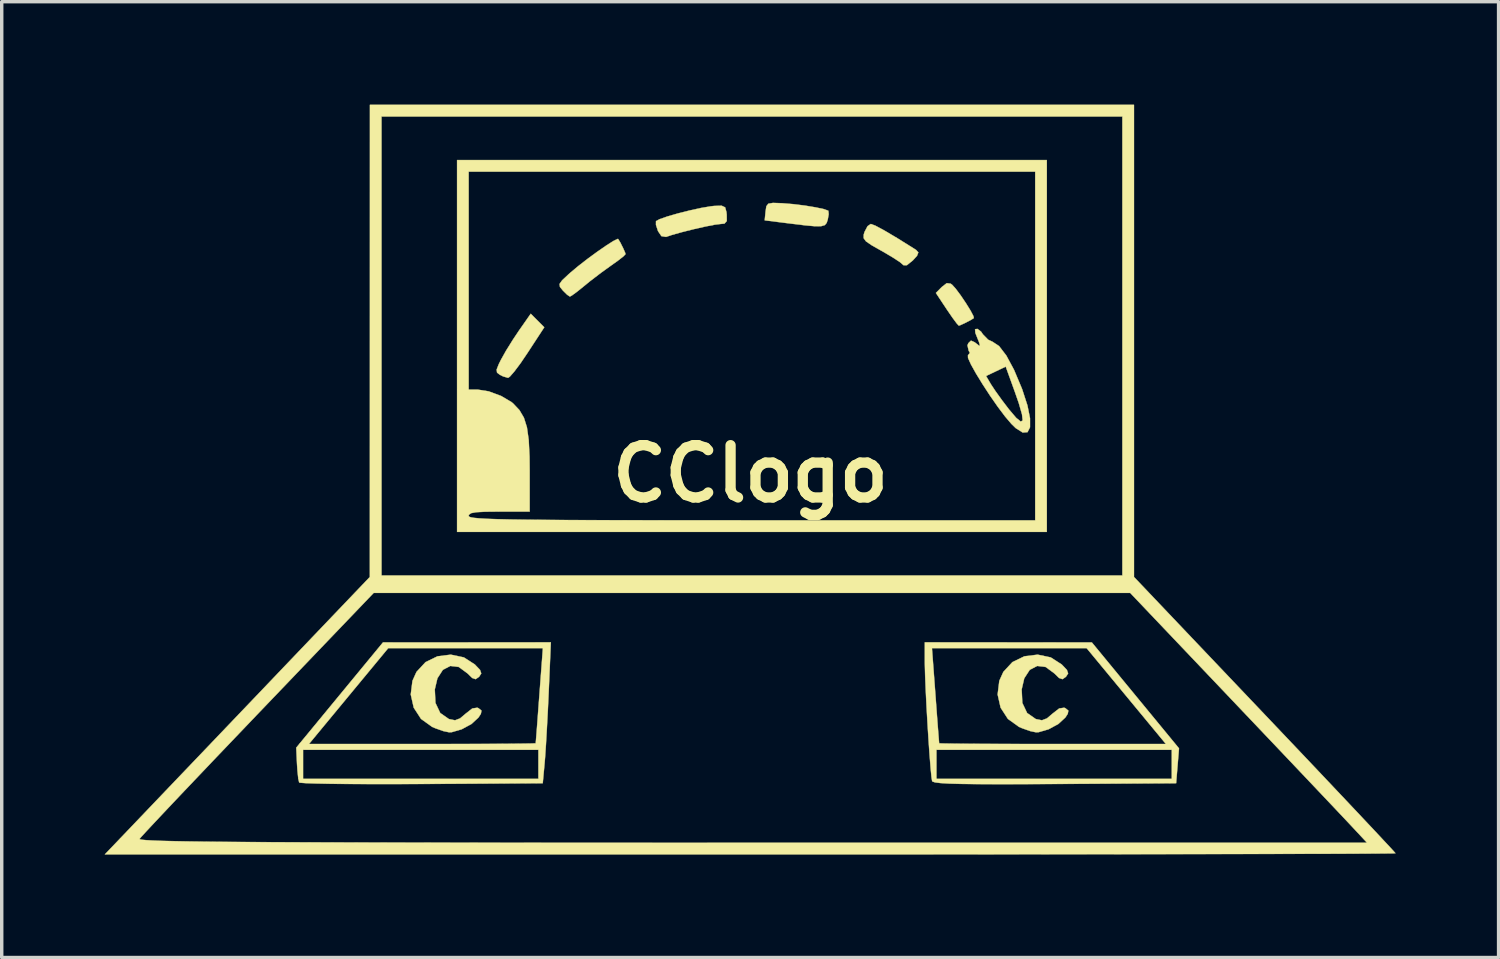
<source format=kicad_pcb>
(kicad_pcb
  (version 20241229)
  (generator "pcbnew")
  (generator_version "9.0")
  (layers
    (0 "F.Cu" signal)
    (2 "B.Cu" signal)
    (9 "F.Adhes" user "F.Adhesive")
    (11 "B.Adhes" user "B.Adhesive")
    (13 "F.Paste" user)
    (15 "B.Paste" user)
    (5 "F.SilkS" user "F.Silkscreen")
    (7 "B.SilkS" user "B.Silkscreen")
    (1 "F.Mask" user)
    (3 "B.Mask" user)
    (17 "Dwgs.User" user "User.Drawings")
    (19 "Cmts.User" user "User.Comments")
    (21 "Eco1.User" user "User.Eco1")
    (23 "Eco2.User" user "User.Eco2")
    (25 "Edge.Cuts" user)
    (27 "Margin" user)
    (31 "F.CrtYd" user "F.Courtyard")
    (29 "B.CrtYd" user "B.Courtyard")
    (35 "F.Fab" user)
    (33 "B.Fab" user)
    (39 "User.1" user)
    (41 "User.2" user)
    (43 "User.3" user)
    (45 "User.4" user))
  (footprint "CClogo"
    (layer "F.Cu")
    (at 18.821 10.758)
    (property "Reference" "CClogo" (at 0 0 0) (layer "F.SilkS") (effects (font (size 1.524 1.524) (thickness 0.3))))
    (attr through_hole)
    (fp_poly (pts (xy -6.01 -4.27) (xy -6.492 -3.532) (xy -6.699 -3.226) (xy -6.881 -2.983) (xy -7.013 -2.832) (xy -7.064 -2.797) (xy -7.208 -2.838) (xy -7.302 -2.885) (xy -7.386 -2.949) (xy -7.398 -3.037) (xy -7.335 -3.197) (xy -7.27 -3.327) (xy -7.124 -3.588) (xy -6.924 -3.909) (xy -6.747 -4.174) (xy -6.404 -4.665) (xy -6.01 -4.27)) (stroke (width 0.01) (type solid)) (fill yes) (layer "F.SilkS"))
    (fp_poly (pts (xy 5.832 -5.542) (xy 5.875 -5.511) (xy 5.982 -5.393) (xy 6.127 -5.198) (xy 6.28 -4.971) (xy 6.413 -4.756) (xy 6.497 -4.596) (xy 6.509 -4.538) (xy 6.407 -4.475) (xy 6.246 -4.392) (xy 6.108 -4.329) (xy 6.071 -4.318) (xy 6.01 -4.383) (xy 5.884 -4.553) (xy 5.72 -4.792) (xy 5.719 -4.794) (xy 5.403 -5.271) (xy 5.575 -5.444) (xy 5.719 -5.556) (xy 5.832 -5.542)) (stroke (width 0.01) (type solid)) (fill yes) (layer "F.SilkS"))
    (fp_poly (pts (xy 0.913 -7.886) (xy 0.931 -7.885) (xy 1.247 -7.859) (xy 1.586 -7.817) (xy 1.9 -7.765) (xy 2.142 -7.713) (xy 2.266 -7.668) (xy 2.269 -7.666) (xy 2.279 -7.565) (xy 2.252 -7.412) (xy 2.22 -7.312) (xy 2.166 -7.248) (xy 2.06 -7.217) (xy 1.876 -7.215) (xy 1.584 -7.242) (xy 1.157 -7.294) (xy 1.075 -7.304) (xy 0.414 -7.387) (xy 0.44 -7.648) (xy 0.462 -7.797) (xy 0.519 -7.872) (xy 0.655 -7.895) (xy 0.913 -7.886)) (stroke (width 0.01) (type solid)) (fill yes) (layer "F.SilkS"))
    (fp_poly (pts (xy 3.637 -7.233) (xy 3.898 -7.093) (xy 4.282 -6.865) (xy 4.78 -6.554) (xy 4.826 -6.524) (xy 4.892 -6.452) (xy 4.853 -6.353) (xy 4.731 -6.219) (xy 4.557 -6.079) (xy 4.456 -6.08) (xy 4.451 -6.087) (xy 4.353 -6.171) (xy 4.146 -6.306) (xy 3.873 -6.468) (xy 3.819 -6.498) (xy 3.531 -6.661) (xy 3.366 -6.774) (xy 3.298 -6.867) (xy 3.299 -6.968) (xy 3.323 -7.048) (xy 3.411 -7.216) (xy 3.505 -7.281) (xy 3.637 -7.233)) (stroke (width 0.01) (type solid)) (fill yes) (layer "F.SilkS"))
    (fp_poly (pts (xy -0.739 -7.766) (xy -0.701 -7.63) (xy -0.693 -7.556) (xy -0.691 -7.367) (xy -0.757 -7.292) (xy -0.87 -7.281) (xy -1.042 -7.26) (xy -1.323 -7.205) (xy -1.662 -7.128) (xy -2.003 -7.042) (xy -2.295 -6.96) (xy -2.461 -6.904) (xy -2.596 -6.926) (xy -2.695 -7.073) (xy -2.755 -7.255) (xy -2.754 -7.363) (xy -2.651 -7.42) (xy -2.425 -7.499) (xy -2.12 -7.587) (xy -1.779 -7.673) (xy -1.445 -7.747) (xy -1.162 -7.795) (xy -1.058 -7.807) (xy -0.841 -7.813) (xy -0.739 -7.766)) (stroke (width 0.01) (type solid)) (fill yes) (layer "F.SilkS"))
    (fp_poly (pts (xy -3.857 -6.844) (xy -3.792 -6.738) (xy -3.71 -6.574) (xy -3.65 -6.436) (xy -3.641 -6.402) (xy -3.705 -6.335) (xy -3.871 -6.206) (xy -4.043 -6.084) (xy -4.353 -5.861) (xy -4.686 -5.606) (xy -4.831 -5.487) (xy -5.044 -5.315) (xy -5.203 -5.198) (xy -5.263 -5.165) (xy -5.346 -5.221) (xy -5.469 -5.343) (xy -5.553 -5.447) (xy -5.565 -5.532) (xy -5.489 -5.64) (xy -5.307 -5.81) (xy -5.249 -5.862) (xy -5.023 -6.051) (xy -4.752 -6.262) (xy -4.468 -6.47) (xy -4.205 -6.652) (xy -3.996 -6.785) (xy -3.874 -6.845) (xy -3.857 -6.844)) (stroke (width 0.01) (type solid)) (fill yes) (layer "F.SilkS"))
    (fp_poly (pts (xy -8.353 5.35) (xy -8.033 5.556) (xy -7.882 5.715) (xy -7.846 5.817) (xy -7.907 5.912) (xy -7.912 5.917) (xy -8.01 5.985) (xy -8.11 5.95) (xy -8.248 5.815) (xy -8.502 5.629) (xy -8.749 5.599) (xy -8.965 5.713) (xy -9.124 5.959) (xy -9.2 6.283) (xy -9.181 6.677) (xy -9.042 6.97) (xy -8.791 7.145) (xy -8.783 7.148) (xy -8.61 7.183) (xy -8.463 7.127) (xy -8.305 6.993) (xy -8.107 6.838) (xy -7.961 6.816) (xy -7.925 6.831) (xy -7.839 6.901) (xy -7.858 6.996) (xy -7.928 7.103) (xy -8.129 7.289) (xy -8.416 7.445) (xy -8.705 7.529) (xy -8.781 7.533) (xy -8.949 7.498) (xy -9.189 7.413) (xy -9.277 7.375) (xy -9.602 7.142) (xy -9.814 6.815) (xy -9.901 6.431) (xy -9.851 6.033) (xy -9.734 5.773) (xy -9.469 5.487) (xy -9.121 5.318) (xy -8.734 5.27) (xy -8.353 5.35)) (stroke (width 0.01) (type solid)) (fill yes) (layer "F.SilkS"))
    (fp_poly (pts (xy 8.749 5.35) (xy 9.07 5.556) (xy 9.221 5.715) (xy 9.257 5.817) (xy 9.195 5.912) (xy 9.19 5.917) (xy 9.093 5.985) (xy 8.992 5.95) (xy 8.854 5.815) (xy 8.601 5.629) (xy 8.354 5.599) (xy 8.138 5.713) (xy 7.978 5.959) (xy 7.903 6.283) (xy 7.922 6.677) (xy 8.061 6.97) (xy 8.312 7.145) (xy 8.32 7.148) (xy 8.492 7.183) (xy 8.64 7.127) (xy 8.797 6.993) (xy 8.996 6.838) (xy 9.142 6.816) (xy 9.178 6.831) (xy 9.264 6.901) (xy 9.245 6.996) (xy 9.175 7.103) (xy 8.973 7.289) (xy 8.687 7.445) (xy 8.398 7.529) (xy 8.321 7.533) (xy 8.153 7.498) (xy 7.913 7.413) (xy 7.825 7.375) (xy 7.501 7.142) (xy 7.289 6.815) (xy 7.202 6.431) (xy 7.251 6.033) (xy 7.368 5.773) (xy 7.633 5.487) (xy 7.982 5.318) (xy 8.369 5.27) (xy 8.749 5.35)) (stroke (width 0.01) (type solid)) (fill yes) (layer "F.SilkS"))
    (fp_poly (pts (xy 8.636 1.693) (xy -8.551 1.693) (xy -8.551 -8.805) (xy -8.213 -8.805) (xy -8.213 -2.455) (xy -7.956 -2.455) (xy -7.628 -2.403) (xy -7.267 -2.269) (xy -6.963 -2.089) (xy -6.916 -2.05) (xy -6.734 -1.857) (xy -6.603 -1.635) (xy -6.515 -1.355) (xy -6.463 -0.987) (xy -6.439 -0.5) (xy -6.435 -0.088) (xy -6.435 1.101) (xy -7.324 1.101) (xy -7.73 1.105) (xy -7.994 1.119) (xy -8.143 1.147) (xy -8.206 1.194) (xy -8.213 1.228) (xy -8.198 1.249) (xy -8.148 1.268) (xy -8.052 1.284) (xy -7.901 1.298) (xy -7.686 1.311) (xy -7.397 1.321) (xy -7.025 1.33) (xy -6.559 1.337) (xy -5.99 1.342) (xy -5.309 1.347) (xy -4.507 1.35) (xy -3.572 1.352) (xy -2.497 1.354) (xy -1.271 1.354) (xy 0.042 1.355) (xy 8.297 1.355) (xy 8.297 -8.805) (xy -8.213 -8.805) (xy -8.551 -8.805) (xy -8.551 -9.144) (xy 8.636 -9.144) (xy 8.636 1.693)) (stroke (width 0.01) (type solid)) (fill yes) (layer "F.SilkS"))
    (fp_poly (pts (xy -5.881 6.371) (xy -5.906 6.904) (xy -5.934 7.427) (xy -5.961 7.896) (xy -5.986 8.267) (xy -5.999 8.424) (xy -6.054 9.017) (xy -9.583 9.039) (xy -10.339 9.042) (xy -11.042 9.042) (xy -11.674 9.039) (xy -12.216 9.034) (xy -12.651 9.025) (xy -12.961 9.015) (xy -13.128 9.002) (xy -13.153 8.995) (xy -13.179 8.88) (xy -13.203 8.652) (xy -13.216 8.455) (xy -13.235 8.043) (xy -13.039 8.043) (xy -13.039 8.89) (xy -6.181 8.89) (xy -6.181 8.043) (xy -13.039 8.043) (xy -13.235 8.043) (xy -13.238 7.981) (xy -13.15 7.874) (xy -12.868 7.874) (xy -9.567 7.874) (xy -8.837 7.873) (xy -8.164 7.872) (xy -7.564 7.87) (xy -7.056 7.867) (xy -6.658 7.863) (xy -6.389 7.859) (xy -6.266 7.854) (xy -6.26 7.853) (xy -6.252 7.766) (xy -6.234 7.538) (xy -6.208 7.199) (xy -6.177 6.777) (xy -6.153 6.456) (xy -6.05 5.08) (xy -10.557 5.08) (xy -12.868 7.874) (xy -13.15 7.874) (xy -10.71 4.913) (xy -8.264 4.912) (xy -5.818 4.911) (xy -5.881 6.371)) (stroke (width 0.01) (type solid)) (fill yes) (layer "F.SilkS"))
    (fp_poly (pts (xy 7.514 4.912) (xy 9.948 4.914) (xy 12.488 8.001) (xy 12.446 8.509) (xy 12.404 9.017) (xy 8.867 9.039) (xy 7.963 9.044) (xy 7.216 9.045) (xy 6.613 9.043) (xy 6.14 9.037) (xy 5.786 9.027) (xy 5.537 9.012) (xy 5.381 8.993) (xy 5.305 8.968) (xy 5.293 8.954) (xy 5.273 8.827) (xy 5.248 8.563) (xy 5.219 8.194) (xy 5.208 8.043) (xy 5.419 8.043) (xy 5.419 8.89) (xy 12.277 8.89) (xy 12.277 8.043) (xy 5.419 8.043) (xy 5.208 8.043) (xy 5.188 7.752) (xy 5.158 7.27) (xy 5.13 6.779) (xy 5.107 6.311) (xy 5.09 5.9) (xy 5.081 5.576) (xy 5.08 5.482) (xy 5.08 5.08) (xy 5.288 5.08) (xy 5.391 6.456) (xy 5.425 6.918) (xy 5.455 7.317) (xy 5.479 7.624) (xy 5.494 7.81) (xy 5.498 7.853) (xy 5.581 7.858) (xy 5.815 7.862) (xy 6.182 7.866) (xy 6.663 7.869) (xy 7.242 7.871) (xy 7.898 7.873) (xy 8.615 7.874) (xy 8.805 7.874) (xy 12.106 7.874) (xy 9.795 5.08) (xy 5.288 5.08) (xy 5.08 5.08) (xy 5.08 4.911) (xy 7.514 4.912)) (stroke (width 0.01) (type solid)) (fill yes) (layer "F.SilkS"))
    (fp_poly (pts (xy 6.721 -4.142) (xy 6.773 -4.065) (xy 6.926 -3.908) (xy 7.053 -3.849) (xy 7.244 -3.723) (xy 7.456 -3.446) (xy 7.68 -3.03) (xy 7.907 -2.491) (xy 7.918 -2.463) (xy 8.071 -1.992) (xy 8.146 -1.62) (xy 8.146 -1.357) (xy 8.074 -1.214) (xy 7.933 -1.203) (xy 7.728 -1.333) (xy 7.604 -1.454) (xy 7.419 -1.671) (xy 7.205 -1.956) (xy 6.98 -2.279) (xy 6.763 -2.612) (xy 6.617 -2.851) (xy 6.865 -2.851) (xy 7.01 -2.605) (xy 7.137 -2.413) (xy 7.328 -2.147) (xy 7.533 -1.878) (xy 7.743 -1.631) (xy 7.876 -1.522) (xy 7.932 -1.556) (xy 7.912 -1.734) (xy 7.818 -2.061) (xy 7.702 -2.394) (xy 7.438 -3.124) (xy 7.151 -2.987) (xy 6.865 -2.851) (xy 6.617 -2.851) (xy 6.571 -2.925) (xy 6.424 -3.189) (xy 6.34 -3.375) (xy 6.337 -3.453) (xy 6.337 -3.453) (xy 6.394 -3.525) (xy 6.358 -3.588) (xy 6.323 -3.744) (xy 6.348 -3.807) (xy 6.426 -3.882) (xy 6.534 -3.834) (xy 6.571 -3.805) (xy 6.658 -3.737) (xy 6.688 -3.739) (xy 6.659 -3.839) (xy 6.569 -4.065) (xy 6.553 -4.106) (xy 6.544 -4.215) (xy 6.617 -4.223) (xy 6.721 -4.142)) (stroke (width 0.01) (type solid)) (fill yes) (layer "F.SilkS"))
    (fp_poly (pts (xy 11.176 3.006) (xy 14.986 7.015) (xy 15.641 7.705) (xy 16.261 8.358) (xy 16.835 8.965) (xy 17.354 9.514) (xy 17.809 9.997) (xy 18.189 10.401) (xy 18.485 10.718) (xy 18.688 10.936) (xy 18.787 11.046) (xy 18.796 11.058) (xy 18.713 11.061) (xy 18.467 11.064) (xy 18.068 11.067) (xy 17.522 11.07) (xy 16.838 11.073) (xy 16.022 11.075) (xy 15.082 11.078) (xy 14.026 11.08) (xy 12.862 11.082) (xy 11.597 11.084) (xy 10.239 11.086) (xy 8.794 11.087) (xy 7.272 11.089) (xy 5.68 11.09) (xy 4.024 11.091) (xy 2.314 11.091) (xy 0.555 11.091) (xy -0.01 11.091) (xy -18.816 11.091) (xy -18.384 10.64) (xy -17.805 10.64) (xy -17.791 10.653) (xy -17.727 10.665) (xy -17.608 10.676) (xy -17.427 10.686) (xy -17.178 10.696) (xy -16.856 10.704) (xy -16.453 10.712) (xy -15.964 10.719) (xy -15.383 10.725) (xy -14.703 10.73) (xy -13.919 10.735) (xy -13.024 10.739) (xy -12.013 10.742) (xy -10.878 10.745) (xy -9.614 10.747) (xy -8.215 10.749) (xy -6.675 10.751) (xy -4.987 10.752) (xy -3.145 10.752) (xy -1.144 10.753) (xy 0.048 10.753) (xy 17.969 10.753) (xy 17.435 10.181) (xy 17.269 10.005) (xy 17.001 9.721) (xy 16.644 9.344) (xy 16.211 8.887) (xy 15.718 8.367) (xy 15.178 7.798) (xy 14.604 7.194) (xy 14.011 6.57) (xy 13.983 6.54) (xy 11.065 3.471) (xy 0.042 3.471) (xy -10.981 3.471) (xy -14.36 6.999) (xy -14.979 7.647) (xy -15.565 8.26) (xy -16.105 8.828) (xy -16.59 9.338) (xy -17.008 9.78) (xy -17.349 10.143) (xy -17.603 10.415) (xy -17.759 10.585) (xy -17.805 10.64) (xy -18.384 10.64) (xy -17.43 9.641) (xy -17.052 9.245) (xy -16.58 8.751) (xy -16.037 8.183) (xy -15.446 7.564) (xy -14.829 6.918) (xy -14.21 6.27) (xy -13.612 5.643) (xy -13.569 5.598) (xy -11.093 3.006) (xy -11.092 -3.873) (xy -11.091 -10.414) (xy -10.753 -10.414) (xy -10.753 2.963) (xy 10.837 2.963) (xy 10.837 -10.414) (xy -10.753 -10.414) (xy -11.091 -10.414) (xy -11.091 -10.753) (xy 11.176 -10.753) (xy 11.176 3.006)) (stroke (width 0.01) (type solid)) (fill yes) (layer "F.SilkS")))
  (gr_rect
    (start -3 -3)
    (end 40.622 24.854)
    (stroke (width 0.1) (type default))
    (fill no)
    (layer "Edge.Cuts")))
</source>
